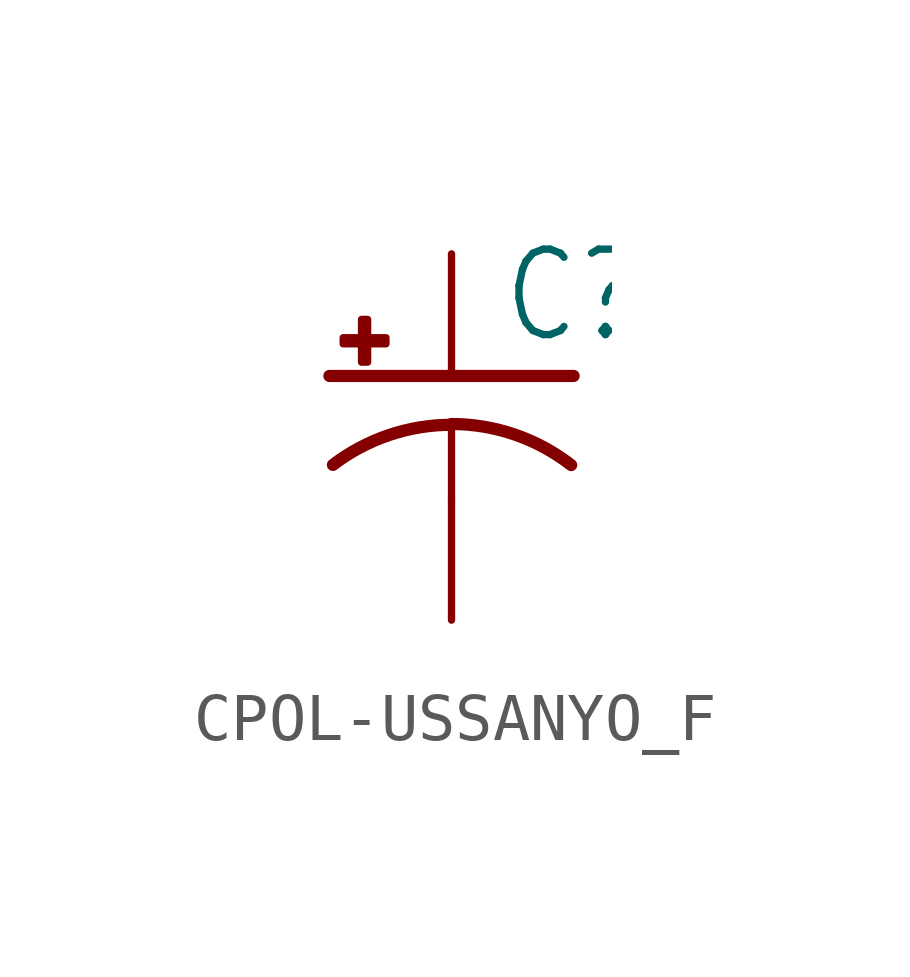
<source format=kicad_sym>
(kicad_symbol_lib
  (version 20231120)
  (generator "kicad_symbol_editor")
  (generator_version "8.0")
  (symbol "CPOL-USSANYO_F"
    (property "Reference" "C"
      (at 1.016 0.635 0)
      (effects (font (size 1.778 1.511)) (justify left bottom)))
    (property "Value" ""
      (at 1.016 -4.191 0)
      (effects (font (size 1.778 1.511)) (justify left bottom)))
    (property "ki_locked" ""
      (at 0 0 0)
      (effects (font (size 1.27 1.27))))
    (symbol "CPOL-USSANYO_F_1_0"
      (rectangle (start -2.253 0.668) (end -1.364 0.795) (stroke (width 0) (type default)) (fill (type outline)))
      (rectangle (start -1.872 0.287) (end -1.745 1.176) (stroke (width 0) (type default)) (fill (type outline)))
      (arc (start 0 -1.0161) (mid -1.3021 -1.2303) (end -2.4669 -1.8504) (stroke (width 0.254) (type solid)) (fill (type none)))
      (polyline (pts (xy -2.54 0) (xy 2.54 0)) (stroke (width 0.254) (type solid)) (fill (type none)))
      (polyline (pts (xy 0 -1.016) (xy 0 -2.54)) (stroke (width 0.152) (type solid)) (fill (type none)))
      (arc (start 2.4892 -1.8541) (mid 1.3158 -1.2194) (end 0 -1) (stroke (width 0.254) (type solid)) (fill (type none)))
      (pin passive line (at 0 2.54 270) (length 2.54) (name "+" (effects (font (size 0 0)))) (number "+" (effects (font (size 0 0)))))
      (pin passive line (at 0 -5.08 90) (length 2.54) (name "-" (effects (font (size 0 0)))) (number "-" (effects (font (size 0 0))))))))
</source>
